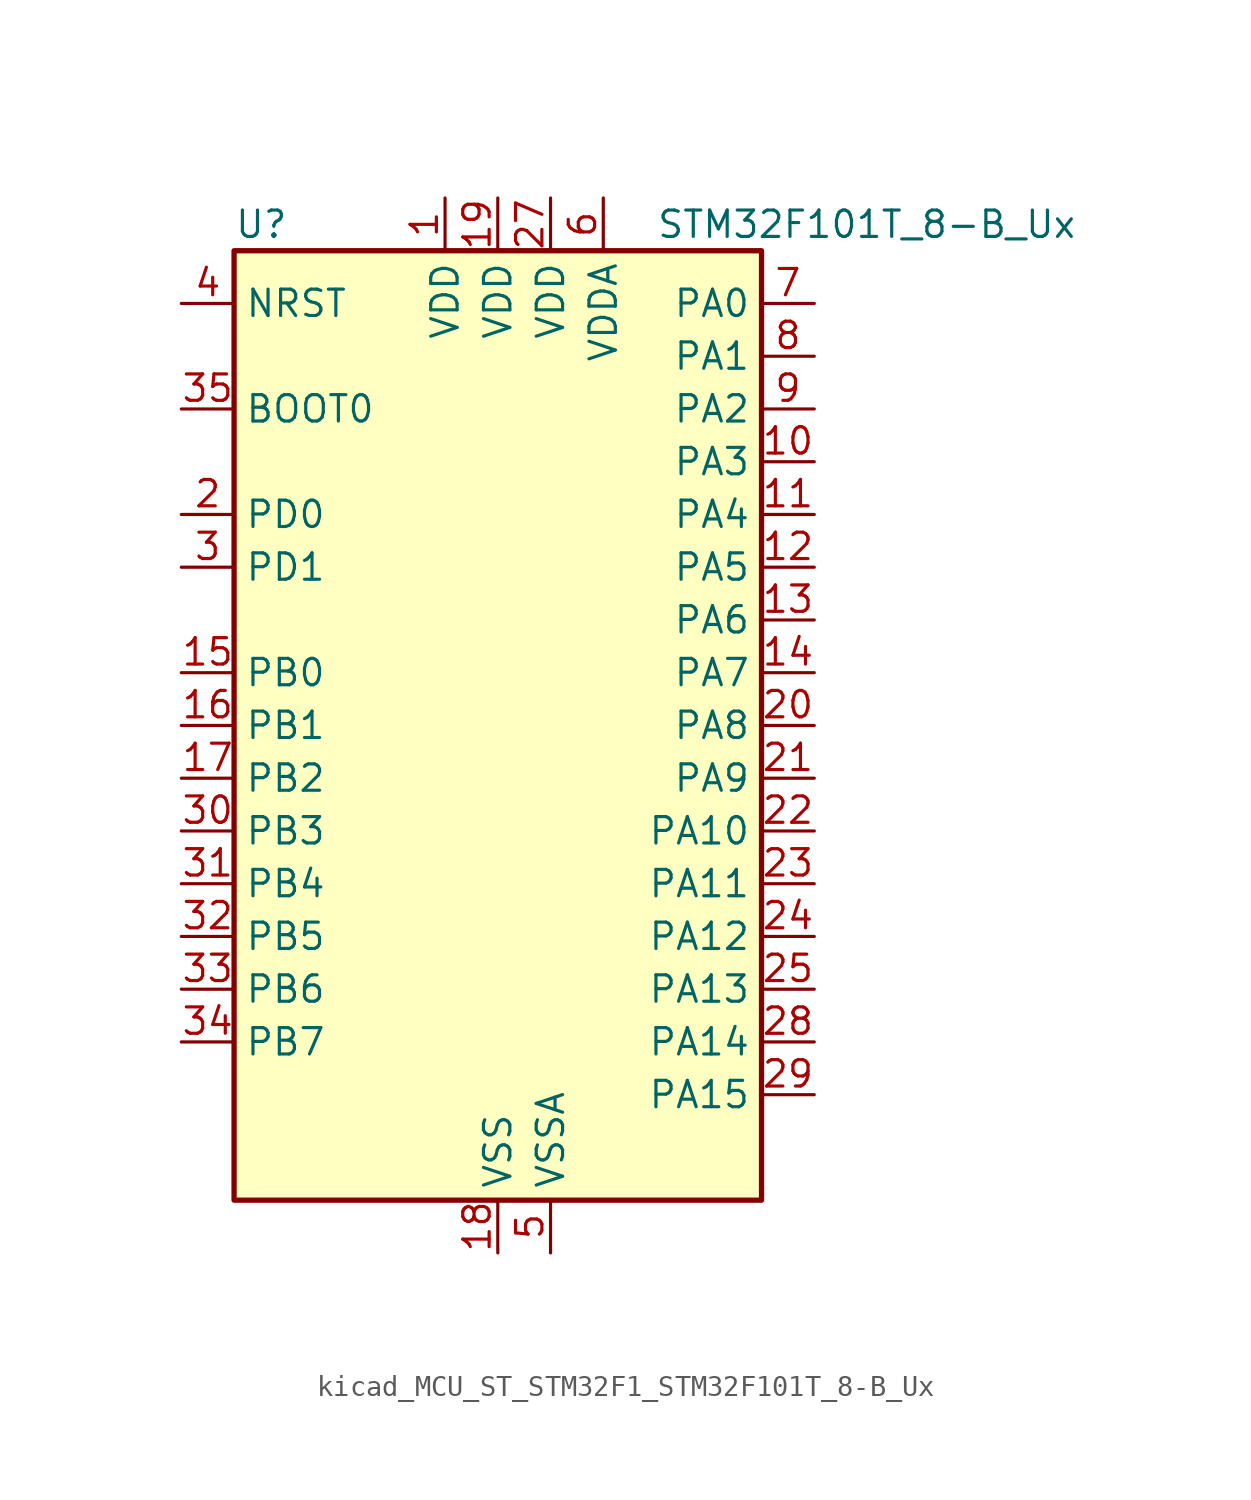
<source format=kicad_sym>
(kicad_symbol_lib
  (version 20220914)
  (generator kicad_symbol_editor)
  (symbol "kicad_MCU_ST_STM32F1_STM32F101T_8-B_Ux"
    (property "Reference" "U"
      (at -12.7 24.13 0)
      (effects (font (size 1.27 1.27)) (justify left)))
    (property "Value" "STM32F101T_8-B_Ux"
      (at 7.62 24.13 0)
      (effects (font (size 1.27 1.27)) (justify left)))
    (property "ki_locked" ""
      (at 0 0 0)
      (effects (font (size 1.27 1.27))))
    (symbol "kicad_MCU_ST_STM32F1_STM32F101T_8-B_Ux_0_1"
      (rectangle (start -12.7 -22.86) (end 12.7 22.86) (stroke (width 0.254) (type default)) (fill (type background))))
    (symbol "kicad_MCU_ST_STM32F1_STM32F101T_8-B_Ux_1_1"
      (pin power_in line (at -2.54 25.4 270) (length 2.54) (name "VDD" (effects (font (size 1.27 1.27)))) (number "1" (effects (font (size 1.27 1.27)))))
      (pin bidirectional line (at 15.24 12.7 180) (length 2.54) (name "PA3" (effects (font (size 1.27 1.27)))) (number "10" (effects (font (size 1.27 1.27)))) (alternate "ADC1_IN3" bidirectional line) (alternate "TIM2_CH4" bidirectional line) (alternate "USART2_RX" bidirectional line))
      (pin bidirectional line (at 15.24 10.16 180) (length 2.54) (name "PA4" (effects (font (size 1.27 1.27)))) (number "11" (effects (font (size 1.27 1.27)))) (alternate "ADC1_IN4" bidirectional line) (alternate "SPI1_NSS" bidirectional line) (alternate "USART2_CK" bidirectional line))
      (pin bidirectional line (at 15.24 7.62 180) (length 2.54) (name "PA5" (effects (font (size 1.27 1.27)))) (number "12" (effects (font (size 1.27 1.27)))) (alternate "ADC1_IN5" bidirectional line) (alternate "SPI1_SCK" bidirectional line))
      (pin bidirectional line (at 15.24 5.08 180) (length 2.54) (name "PA6" (effects (font (size 1.27 1.27)))) (number "13" (effects (font (size 1.27 1.27)))) (alternate "ADC1_IN6" bidirectional line) (alternate "SPI1_MISO" bidirectional line) (alternate "TIM3_CH1" bidirectional line))
      (pin bidirectional line (at 15.24 2.54 180) (length 2.54) (name "PA7" (effects (font (size 1.27 1.27)))) (number "14" (effects (font (size 1.27 1.27)))) (alternate "ADC1_IN7" bidirectional line) (alternate "SPI1_MOSI" bidirectional line) (alternate "TIM3_CH2" bidirectional line))
      (pin bidirectional line (at -15.24 2.54 0) (length 2.54) (name "PB0" (effects (font (size 1.27 1.27)))) (number "15" (effects (font (size 1.27 1.27)))) (alternate "ADC1_IN8" bidirectional line) (alternate "TIM3_CH3" bidirectional line))
      (pin bidirectional line (at -15.24 0 0) (length 2.54) (name "PB1" (effects (font (size 1.27 1.27)))) (number "16" (effects (font (size 1.27 1.27)))) (alternate "ADC1_IN9" bidirectional line) (alternate "TIM3_CH4" bidirectional line))
      (pin bidirectional line (at -15.24 -2.54 0) (length 2.54) (name "PB2" (effects (font (size 1.27 1.27)))) (number "17" (effects (font (size 1.27 1.27)))))
      (pin power_in line (at 0 -25.4 90) (length 2.54) (name "VSS" (effects (font (size 1.27 1.27)))) (number "18" (effects (font (size 1.27 1.27)))))
      (pin power_in line (at 0 25.4 270) (length 2.54) (name "VDD" (effects (font (size 1.27 1.27)))) (number "19" (effects (font (size 1.27 1.27)))))
      (pin bidirectional line (at -15.24 10.16 0) (length 2.54) (name "PD0" (effects (font (size 1.27 1.27)))) (number "2" (effects (font (size 1.27 1.27)))) (alternate "RCC_OSC_IN" bidirectional line))
      (pin bidirectional line (at 15.24 0 180) (length 2.54) (name "PA8" (effects (font (size 1.27 1.27)))) (number "20" (effects (font (size 1.27 1.27)))) (alternate "RCC_MCO" bidirectional line) (alternate "USART1_CK" bidirectional line))
      (pin bidirectional line (at 15.24 -2.54 180) (length 2.54) (name "PA9" (effects (font (size 1.27 1.27)))) (number "21" (effects (font (size 1.27 1.27)))) (alternate "USART1_TX" bidirectional line))
      (pin bidirectional line (at 15.24 -5.08 180) (length 2.54) (name "PA10" (effects (font (size 1.27 1.27)))) (number "22" (effects (font (size 1.27 1.27)))) (alternate "USART1_RX" bidirectional line))
      (pin bidirectional line (at 15.24 -7.62 180) (length 2.54) (name "PA11" (effects (font (size 1.27 1.27)))) (number "23" (effects (font (size 1.27 1.27)))) (alternate "ADC1_EXTI11" bidirectional line) (alternate "USART1_CTS" bidirectional line))
      (pin bidirectional line (at 15.24 -10.16 180) (length 2.54) (name "PA12" (effects (font (size 1.27 1.27)))) (number "24" (effects (font (size 1.27 1.27)))) (alternate "USART1_RTS" bidirectional line))
      (pin bidirectional line (at 15.24 -12.7 180) (length 2.54) (name "PA13" (effects (font (size 1.27 1.27)))) (number "25" (effects (font (size 1.27 1.27)))) (alternate "SYS_JTMS-SWDIO" bidirectional line))
      (pin passive line (at 0 -25.4 90) (length 2.54) hide (name "VSS" (effects (font (size 1.27 1.27)))) (number "26" (effects (font (size 1.27 1.27)))))
      (pin power_in line (at 2.54 25.4 270) (length 2.54) (name "VDD" (effects (font (size 1.27 1.27)))) (number "27" (effects (font (size 1.27 1.27)))))
      (pin bidirectional line (at 15.24 -15.24 180) (length 2.54) (name "PA14" (effects (font (size 1.27 1.27)))) (number "28" (effects (font (size 1.27 1.27)))) (alternate "SYS_JTCK-SWCLK" bidirectional line))
      (pin bidirectional line (at 15.24 -17.78 180) (length 2.54) (name "PA15" (effects (font (size 1.27 1.27)))) (number "29" (effects (font (size 1.27 1.27)))) (alternate "ADC1_EXTI15" bidirectional line) (alternate "SPI1_NSS" bidirectional line) (alternate "SYS_JTDI" bidirectional line) (alternate "TIM2_CH1" bidirectional line) (alternate "TIM2_ETR" bidirectional line))
      (pin bidirectional line (at -15.24 7.62 0) (length 2.54) (name "PD1" (effects (font (size 1.27 1.27)))) (number "3" (effects (font (size 1.27 1.27)))) (alternate "RCC_OSC_OUT" bidirectional line))
      (pin bidirectional line (at -15.24 -5.08 0) (length 2.54) (name "PB3" (effects (font (size 1.27 1.27)))) (number "30" (effects (font (size 1.27 1.27)))) (alternate "SPI1_SCK" bidirectional line) (alternate "SYS_JTDO-TRACESWO" bidirectional line) (alternate "TIM2_CH2" bidirectional line))
      (pin bidirectional line (at -15.24 -7.62 0) (length 2.54) (name "PB4" (effects (font (size 1.27 1.27)))) (number "31" (effects (font (size 1.27 1.27)))) (alternate "SPI1_MISO" bidirectional line) (alternate "SYS_NJTRST" bidirectional line) (alternate "TIM3_CH1" bidirectional line))
      (pin bidirectional line (at -15.24 -10.16 0) (length 2.54) (name "PB5" (effects (font (size 1.27 1.27)))) (number "32" (effects (font (size 1.27 1.27)))) (alternate "I2C1_SMBA" bidirectional line) (alternate "SPI1_MOSI" bidirectional line) (alternate "TIM3_CH2" bidirectional line))
      (pin bidirectional line (at -15.24 -12.7 0) (length 2.54) (name "PB6" (effects (font (size 1.27 1.27)))) (number "33" (effects (font (size 1.27 1.27)))) (alternate "I2C1_SCL" bidirectional line) (alternate "TIM4_CH1" bidirectional line) (alternate "USART1_TX" bidirectional line))
      (pin bidirectional line (at -15.24 -15.24 0) (length 2.54) (name "PB7" (effects (font (size 1.27 1.27)))) (number "34" (effects (font (size 1.27 1.27)))) (alternate "I2C1_SDA" bidirectional line) (alternate "TIM4_CH2" bidirectional line) (alternate "USART1_RX" bidirectional line))
      (pin input line (at -15.24 15.24 0) (length 2.54) (name "BOOT0" (effects (font (size 1.27 1.27)))) (number "35" (effects (font (size 1.27 1.27)))))
      (pin passive line (at 0 -25.4 90) (length 2.54) hide (name "VSS" (effects (font (size 1.27 1.27)))) (number "36" (effects (font (size 1.27 1.27)))))
      (pin passive line (at 0 -25.4 90) (length 2.54) hide (name "VSS" (effects (font (size 1.27 1.27)))) (number "37" (effects (font (size 1.27 1.27)))))
      (pin input line (at -15.24 20.32 0) (length 2.54) (name "NRST" (effects (font (size 1.27 1.27)))) (number "4" (effects (font (size 1.27 1.27)))))
      (pin power_in line (at 2.54 -25.4 90) (length 2.54) (name "VSSA" (effects (font (size 1.27 1.27)))) (number "5" (effects (font (size 1.27 1.27)))))
      (pin power_in line (at 5.08 25.4 270) (length 2.54) (name "VDDA" (effects (font (size 1.27 1.27)))) (number "6" (effects (font (size 1.27 1.27)))))
      (pin bidirectional line (at 15.24 20.32 180) (length 2.54) (name "PA0" (effects (font (size 1.27 1.27)))) (number "7" (effects (font (size 1.27 1.27)))) (alternate "ADC1_IN0" bidirectional line) (alternate "SYS_WKUP" bidirectional line) (alternate "TIM2_CH1" bidirectional line) (alternate "TIM2_ETR" bidirectional line) (alternate "USART2_CTS" bidirectional line))
      (pin bidirectional line (at 15.24 17.78 180) (length 2.54) (name "PA1" (effects (font (size 1.27 1.27)))) (number "8" (effects (font (size 1.27 1.27)))) (alternate "ADC1_IN1" bidirectional line) (alternate "TIM2_CH2" bidirectional line) (alternate "USART2_RTS" bidirectional line))
      (pin bidirectional line (at 15.24 15.24 180) (length 2.54) (name "PA2" (effects (font (size 1.27 1.27)))) (number "9" (effects (font (size 1.27 1.27)))) (alternate "ADC1_IN2" bidirectional line) (alternate "TIM2_CH3" bidirectional line) (alternate "USART2_TX" bidirectional line)))))
</source>
